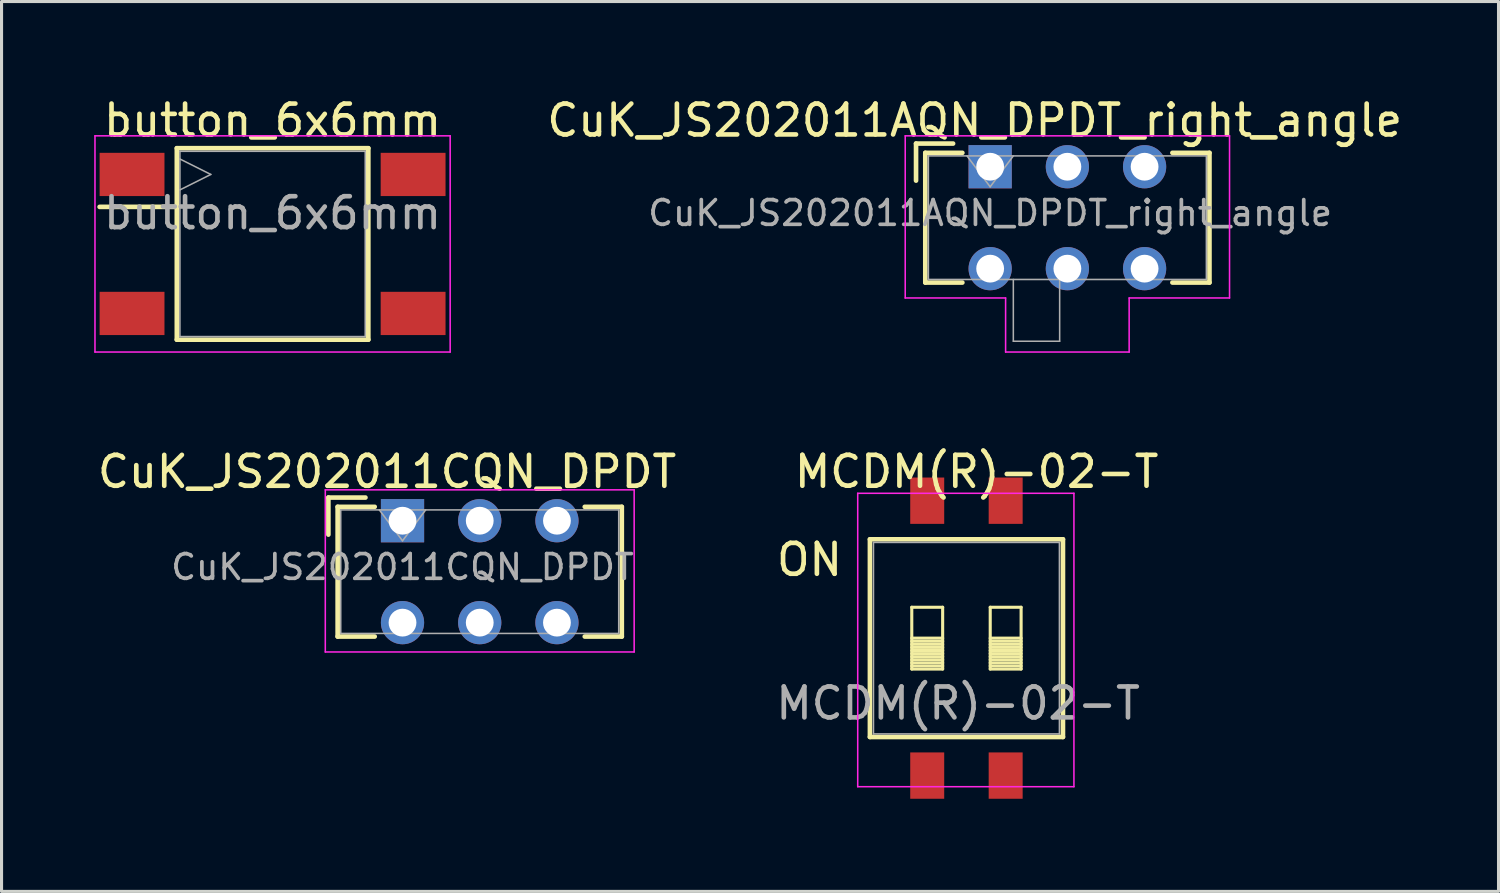
<source format=kicad_pcb>
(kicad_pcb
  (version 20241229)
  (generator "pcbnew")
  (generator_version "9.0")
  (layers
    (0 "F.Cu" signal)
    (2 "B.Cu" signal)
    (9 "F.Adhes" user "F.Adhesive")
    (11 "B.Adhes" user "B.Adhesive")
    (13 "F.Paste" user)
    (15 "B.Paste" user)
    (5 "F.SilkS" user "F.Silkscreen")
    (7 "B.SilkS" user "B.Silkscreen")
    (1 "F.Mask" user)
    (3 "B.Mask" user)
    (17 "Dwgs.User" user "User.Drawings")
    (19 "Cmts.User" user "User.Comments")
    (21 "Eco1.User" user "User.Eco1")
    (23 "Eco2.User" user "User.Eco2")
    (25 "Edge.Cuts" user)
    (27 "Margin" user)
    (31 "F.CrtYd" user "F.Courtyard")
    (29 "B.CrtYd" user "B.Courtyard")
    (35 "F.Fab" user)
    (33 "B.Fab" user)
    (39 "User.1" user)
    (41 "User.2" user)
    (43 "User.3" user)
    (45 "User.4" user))
  (footprint "MCDM(R)-02-T"
    (layer "F.Cu")
    (at 28.24 17.611)
    (property "Reference" "MCDM(R)-02-T" (at -0.27 2.11 0) (layer "F.Fab") (effects (font (size 1 1) (thickness 0.15))))
    (attr through_hole)
    (fp_line (start -3.125 -3.2) (end 3.125 -3.2) (stroke (width 0.15) (type solid)) (layer "F.SilkS"))
    (fp_line (start -3.125 3.2) (end -3.125 -3.2) (stroke (width 0.15) (type solid)) (layer "F.SilkS"))
    (fp_line (start -1.77 -1) (end -1.77 1) (stroke (width 0.1) (type solid)) (layer "F.SilkS"))
    (fp_line (start -1.77 0) (end -0.77 0) (stroke (width 0.1) (type solid)) (layer "F.SilkS"))
    (fp_line (start -1.77 0.1) (end -0.77 0.1) (stroke (width 0.1) (type solid)) (layer "F.SilkS"))
    (fp_line (start -1.77 0.2) (end -0.77 0.2) (stroke (width 0.1) (type solid)) (layer "F.SilkS"))
    (fp_line (start -1.77 0.3) (end -0.77 0.3) (stroke (width 0.1) (type solid)) (layer "F.SilkS"))
    (fp_line (start -1.77 0.4) (end -0.77 0.4) (stroke (width 0.1) (type solid)) (layer "F.SilkS"))
    (fp_line (start -1.77 0.5) (end -0.77 0.5) (stroke (width 0.1) (type solid)) (layer "F.SilkS"))
    (fp_line (start -1.77 0.6) (end -0.77 0.6) (stroke (width 0.1) (type solid)) (layer "F.SilkS"))
    (fp_line (start -1.77 0.7) (end -0.77 0.7) (stroke (width 0.1) (type solid)) (layer "F.SilkS"))
    (fp_line (start -1.77 0.8) (end -0.77 0.8) (stroke (width 0.1) (type solid)) (layer "F.SilkS"))
    (fp_line (start -1.77 0.9) (end -0.77 0.9) (stroke (width 0.1) (type solid)) (layer "F.SilkS"))
    (fp_line (start -1.77 1) (end -0.77 1) (stroke (width 0.1) (type solid)) (layer "F.SilkS"))
    (fp_line (start -0.77 -1) (end -1.77 -1) (stroke (width 0.1) (type solid)) (layer "F.SilkS"))
    (fp_line (start -0.77 1) (end -0.77 -1) (stroke (width 0.1) (type solid)) (layer "F.SilkS"))
    (fp_line (start 0.77 -1) (end 0.77 1) (stroke (width 0.1) (type solid)) (layer "F.SilkS"))
    (fp_line (start 0.77 0) (end 1.77 0) (stroke (width 0.1) (type solid)) (layer "F.SilkS"))
    (fp_line (start 0.77 0.1) (end 1.77 0.1) (stroke (width 0.1) (type solid)) (layer "F.SilkS"))
    (fp_line (start 0.77 0.2) (end 1.77 0.2) (stroke (width 0.1) (type solid)) (layer "F.SilkS"))
    (fp_line (start 0.77 0.3) (end 1.77 0.3) (stroke (width 0.1) (type solid)) (layer "F.SilkS"))
    (fp_line (start 0.77 0.4) (end 1.77 0.4) (stroke (width 0.1) (type solid)) (layer "F.SilkS"))
    (fp_line (start 0.77 0.5) (end 1.77 0.5) (stroke (width 0.1) (type solid)) (layer "F.SilkS"))
    (fp_line (start 0.77 0.6) (end 1.77 0.6) (stroke (width 0.1) (type solid)) (layer "F.SilkS"))
    (fp_line (start 0.77 0.7) (end 1.77 0.7) (stroke (width 0.1) (type solid)) (layer "F.SilkS"))
    (fp_line (start 0.77 0.8) (end 1.77 0.8) (stroke (width 0.1) (type solid)) (layer "F.SilkS"))
    (fp_line (start 0.77 0.9) (end 1.77 0.9) (stroke (width 0.1) (type solid)) (layer "F.SilkS"))
    (fp_line (start 0.77 1) (end 1.77 1) (stroke (width 0.1) (type solid)) (layer "F.SilkS"))
    (fp_line (start 1.77 -1) (end 0.77 -1) (stroke (width 0.1) (type solid)) (layer "F.SilkS"))
    (fp_line (start 1.77 1) (end 1.77 -1) (stroke (width 0.1) (type solid)) (layer "F.SilkS"))
    (fp_line (start 3.125 -3.2) (end 3.125 3.2) (stroke (width 0.15) (type solid)) (layer "F.SilkS"))
    (fp_line (start 3.125 3.2) (end -3.125 3.2) (stroke (width 0.15) (type solid)) (layer "F.SilkS"))
    (fp_line (start -3.52 4.81) (end -3.52 -4.69) (stroke (width 0.05) (type solid)) (layer "F.CrtYd"))
    (fp_line (start 3.48 -4.69) (end -3.52 -4.69) (stroke (width 0.05) (type solid)) (layer "F.CrtYd"))
    (fp_line (start 3.48 -4.69) (end 3.48 4.81) (stroke (width 0.05) (type solid)) (layer "F.CrtYd"))
    (fp_line (start 3.48 4.81) (end -3.52 4.81) (stroke (width 0.05) (type solid)) (layer "F.CrtYd"))
    (fp_line (start -3.01 -3.1) (end 3.01 -3.1) (stroke (width 0.05) (type solid)) (layer "F.Fab"))
    (fp_line (start -3.01 3.1) (end -3.01 -3.1) (stroke (width 0.05) (type solid)) (layer "F.Fab"))
    (fp_line (start 3.01 -3.1) (end 3.01 3.1) (stroke (width 0.05) (type solid)) (layer "F.Fab"))
    (fp_line (start 3.01 3.1) (end -3.01 3.1) (stroke (width 0.05) (type solid)) (layer "F.Fab"))
    (fp_text user "${REFERENCE}" (at 0.33 -5.39 0) (layer "F.SilkS") (effects (font (size 1 1) (thickness 0.15))))
    (fp_text user "ON" (at -5.08 -2.54 0) (layer "F.SilkS") (effects (font (size 1 1) (thickness 0.15))))
    (pad "1" smd rect (at -1.27 4.45) (size 1.1 1.5) (layers "F.Cu" "F.Mask" "F.Paste"))
    (pad "2" smd rect (at 1.27 4.45) (size 1.1 1.5) (layers "F.Cu" "F.Mask" "F.Paste"))
    (pad "3" smd rect (at 1.27 -4.45) (size 1.1 1.5) (layers "F.Cu" "F.Mask" "F.Paste"))
    (pad "4" smd rect (at -1.27 -4.45) (size 1.1 1.5) (layers "F.Cu" "F.Mask" "F.Paste")))
  (footprint "CuK_JS202011AQN_DPDT_right_angle"
    (layer "F.Cu")
    (at 29.008 2.348)
    (property "Reference" "CuK_JS202011AQN_DPDT_right_angle" (at 0 1.5 0) (layer "F.Fab") (effects (font (size 0.8 0.8) (thickness 0.12))))
    (attr through_hole)
    (fp_line (start -2.4 -0.75) (end -2.4 0.45) (stroke (width 0.15) (type solid)) (layer "F.SilkS"))
    (fp_line (start -2.1 -0.45) (end -2.1 3.75) (stroke (width 0.15) (type solid)) (layer "F.SilkS"))
    (fp_line (start -2.1 3.75) (end -0.9 3.75) (stroke (width 0.15) (type solid)) (layer "F.SilkS"))
    (fp_line (start -1.2 -0.75) (end -2.4 -0.75) (stroke (width 0.15) (type solid)) (layer "F.SilkS"))
    (fp_line (start -0.9 -0.45) (end -2.1 -0.45) (stroke (width 0.15) (type solid)) (layer "F.SilkS"))
    (fp_line (start 5.9 -0.45) (end 7.1 -0.45) (stroke (width 0.15) (type solid)) (layer "F.SilkS"))
    (fp_line (start 7.1 -0.45) (end 7.1 3.75) (stroke (width 0.15) (type solid)) (layer "F.SilkS"))
    (fp_line (start 7.1 3.75) (end 5.9 3.75) (stroke (width 0.15) (type solid)) (layer "F.SilkS"))
    (fp_line (start -2.75 -1) (end 7.75 -1) (stroke (width 0.05) (type solid)) (layer "F.CrtYd"))
    (fp_line (start -2.75 4.25) (end -2.75 -1) (stroke (width 0.05) (type solid)) (layer "F.CrtYd"))
    (fp_line (start 0.5 4.25) (end -2.75 4.25) (stroke (width 0.05) (type solid)) (layer "F.CrtYd"))
    (fp_line (start 0.5 4.25) (end 0.5 6) (stroke (width 0.05) (type solid)) (layer "F.CrtYd"))
    (fp_line (start 4.5 6) (end 0.5 6) (stroke (width 0.05) (type solid)) (layer "F.CrtYd"))
    (fp_line (start 4.5 6) (end 4.5 4.25) (stroke (width 0.05) (type solid)) (layer "F.CrtYd"))
    (fp_line (start 7.75 -1) (end 7.75 4.25) (stroke (width 0.05) (type solid)) (layer "F.CrtYd"))
    (fp_line (start 7.75 4.25) (end 4.5 4.25) (stroke (width 0.05) (type solid)) (layer "F.CrtYd"))
    (fp_line (start -2 -0.35) (end 7 -0.35) (stroke (width 0.05) (type solid)) (layer "F.Fab"))
    (fp_line (start -2 3.65) (end -2 -0.35) (stroke (width 0.05) (type solid)) (layer "F.Fab"))
    (fp_line (start -0.75 -0.35) (end 0 0.65) (stroke (width 0.05) (type solid)) (layer "F.Fab"))
    (fp_line (start 0 0.65) (end 0.75 -0.35) (stroke (width 0.05) (type solid)) (layer "F.Fab"))
    (fp_line (start 0.75 3.65) (end 0.75 5.65) (stroke (width 0.05) (type solid)) (layer "F.Fab"))
    (fp_line (start 0.75 5.65) (end 2.25 5.65) (stroke (width 0.05) (type solid)) (layer "F.Fab"))
    (fp_line (start 2.25 5.65) (end 2.25 3.65) (stroke (width 0.05) (type solid)) (layer "F.Fab"))
    (fp_line (start 7 -0.35) (end 7 3.65) (stroke (width 0.05) (type solid)) (layer "F.Fab"))
    (fp_line (start 7 3.65) (end -2 3.65) (stroke (width 0.05) (type solid)) (layer "F.Fab"))
    (fp_text user "${REFERENCE}" (at -0.5 -1.5 0) (layer "F.SilkS") (effects (font (size 1 1) (thickness 0.15))))
    (pad "1" thru_hole rect (at 0 0) (size 1.4 1.4) (drill 0.9) (layers "*.Cu" "*.Mask"))
    (pad "2" thru_hole circle (at 2.5 0) (size 1.4 1.4) (drill 0.9) (layers "*.Cu" "*.Mask"))
    (pad "3" thru_hole circle (at 5 0) (size 1.4 1.4) (drill 0.9) (layers "*.Cu" "*.Mask"))
    (pad "4" thru_hole circle (at 0 3.3) (size 1.4 1.4) (drill 0.9) (layers "*.Cu" "*.Mask"))
    (pad "5" thru_hole circle (at 2.5 3.3) (size 1.4 1.4) (drill 0.9) (layers "*.Cu" "*.Mask"))
    (pad "6" thru_hole circle (at 5 3.3) (size 1.4 1.4) (drill 0.9) (layers "*.Cu" "*.Mask")))
  (footprint "CuK_JS202011CQN_DPDT"
    (layer "F.Cu")
    (at 9.982 13.809)
    (property "Reference" "CuK_JS202011CQN_DPDT" (at 0 1.5 0) (layer "F.Fab") (effects (font (size 0.8 0.8) (thickness 0.12))))
    (attr through_hole)
    (fp_line (start -2.4 -0.75) (end -2.4 0.45) (stroke (width 0.15) (type solid)) (layer "F.SilkS"))
    (fp_line (start -2.1 -0.45) (end -2.1 3.75) (stroke (width 0.15) (type solid)) (layer "F.SilkS"))
    (fp_line (start -2.1 3.75) (end -0.9 3.75) (stroke (width 0.15) (type solid)) (layer "F.SilkS"))
    (fp_line (start -1.2 -0.75) (end -2.4 -0.75) (stroke (width 0.15) (type solid)) (layer "F.SilkS"))
    (fp_line (start -0.9 -0.45) (end -2.1 -0.45) (stroke (width 0.15) (type solid)) (layer "F.SilkS"))
    (fp_line (start 5.9 -0.45) (end 7.1 -0.45) (stroke (width 0.15) (type solid)) (layer "F.SilkS"))
    (fp_line (start 7.1 -0.45) (end 7.1 3.75) (stroke (width 0.15) (type solid)) (layer "F.SilkS"))
    (fp_line (start 7.1 3.75) (end 5.9 3.75) (stroke (width 0.15) (type solid)) (layer "F.SilkS"))
    (fp_line (start -2.5 -1) (end 7.5 -1) (stroke (width 0.05) (type solid)) (layer "F.CrtYd"))
    (fp_line (start -2.5 4.25) (end -2.5 -1) (stroke (width 0.05) (type solid)) (layer "F.CrtYd"))
    (fp_line (start 7.5 -1) (end 7.5 4.25) (stroke (width 0.05) (type solid)) (layer "F.CrtYd"))
    (fp_line (start 7.5 4.25) (end -2.5 4.25) (stroke (width 0.05) (type solid)) (layer "F.CrtYd"))
    (fp_line (start -2 -0.35) (end 7 -0.35) (stroke (width 0.05) (type solid)) (layer "F.Fab"))
    (fp_line (start -2 3.65) (end -2 -0.35) (stroke (width 0.05) (type solid)) (layer "F.Fab"))
    (fp_line (start -0.75 -0.35) (end 0 0.65) (stroke (width 0.05) (type solid)) (layer "F.Fab"))
    (fp_line (start 0 0.65) (end 0.75 -0.35) (stroke (width 0.05) (type solid)) (layer "F.Fab"))
    (fp_line (start 7 -0.35) (end 7 3.65) (stroke (width 0.05) (type solid)) (layer "F.Fab"))
    (fp_line (start 7 3.65) (end -2 3.65) (stroke (width 0.05) (type solid)) (layer "F.Fab"))
    (fp_text user "${REFERENCE}" (at -0.5 -1.587 0) (layer "F.SilkS") (effects (font (size 1 1) (thickness 0.15))))
    (pad "1" thru_hole rect (at 0 0) (size 1.4 1.4) (drill 0.9) (layers "*.Cu" "*.Mask"))
    (pad "2" thru_hole circle (at 2.5 0) (size 1.4 1.4) (drill 0.9) (layers "*.Cu" "*.Mask"))
    (pad "3" thru_hole circle (at 5 0) (size 1.4 1.4) (drill 0.9) (layers "*.Cu" "*.Mask"))
    (pad "4" thru_hole circle (at 0 3.3) (size 1.4 1.4) (drill 0.9) (layers "*.Cu" "*.Mask"))
    (pad "5" thru_hole circle (at 2.5 3.3) (size 1.4 1.4) (drill 0.9) (layers "*.Cu" "*.Mask"))
    (pad "6" thru_hole circle (at 5 3.3) (size 1.4 1.4) (drill 0.9) (layers "*.Cu" "*.Mask")))
  (footprint "button_6x6mm"
    (layer "F.Cu")
    (at 5.775 4.848)
    (property "Reference" "button_6x6mm" (at 0 -1 0) (layer "F.Fab") (effects (font (size 1 1) (thickness 0.15))))
    (attr through_hole)
    (fp_line (start -5.6 -1.2) (end -3.1 -1.2) (stroke (width 0.15) (type solid)) (layer "F.SilkS"))
    (fp_line (start -3.1 -3.1) (end -3.1 3.1) (stroke (width 0.15) (type solid)) (layer "F.SilkS"))
    (fp_line (start -3.1 3.1) (end 3.1 3.1) (stroke (width 0.15) (type solid)) (layer "F.SilkS"))
    (fp_line (start 3.1 -3.1) (end -3.1 -3.1) (stroke (width 0.15) (type solid)) (layer "F.SilkS"))
    (fp_line (start 3.1 3.1) (end 3.1 -3.1) (stroke (width 0.15) (type solid)) (layer "F.SilkS"))
    (fp_line (start -5.75 -3.5) (end 5.75 -3.5) (stroke (width 0.05) (type solid)) (layer "F.CrtYd"))
    (fp_line (start -5.75 3.5) (end -5.75 -3.5) (stroke (width 0.05) (type solid)) (layer "F.CrtYd"))
    (fp_line (start 5.75 -3.5) (end 5.75 3.5) (stroke (width 0.05) (type solid)) (layer "F.CrtYd"))
    (fp_line (start 5.75 3.5) (end -5.75 3.5) (stroke (width 0.05) (type solid)) (layer "F.CrtYd"))
    (fp_line (start -3 -3) (end 3 -3) (stroke (width 0.05) (type solid)) (layer "F.Fab"))
    (fp_line (start -3 -2.75) (end -2 -2.25) (stroke (width 0.05) (type solid)) (layer "F.Fab"))
    (fp_line (start -3 3) (end -3 -3) (stroke (width 0.05) (type solid)) (layer "F.Fab"))
    (fp_line (start -2 -2.25) (end -3 -1.75) (stroke (width 0.05) (type solid)) (layer "F.Fab"))
    (fp_line (start 3 -3) (end 3 3) (stroke (width 0.05) (type solid)) (layer "F.Fab"))
    (fp_line (start 3 3) (end -3 3) (stroke (width 0.05) (type solid)) (layer "F.Fab"))
    (fp_text user "${REFERENCE}" (at 0 -4 0) (layer "F.SilkS") (effects (font (size 1 1) (thickness 0.15))))
    (pad "1" smd rect (at -4.55 -2.25) (size 2.1 1.4) (layers "F.Cu" "F.Mask" "F.Paste"))
    (pad "1" smd rect (at 4.55 -2.25) (size 2.1 1.4) (layers "F.Cu" "F.Mask" "F.Paste"))
    (pad "2" smd rect (at -4.55 2.25) (size 2.1 1.4) (layers "F.Cu" "F.Mask" "F.Paste"))
    (pad "2" smd rect (at 4.55 2.25) (size 2.1 1.4) (layers "F.Cu" "F.Mask" "F.Paste")))
  (gr_rect
    (start -3 -3)
    (end 45.467 25.811)
    (stroke (width 0.1) (type default))
    (fill no)
    (layer "Edge.Cuts")))
</source>
